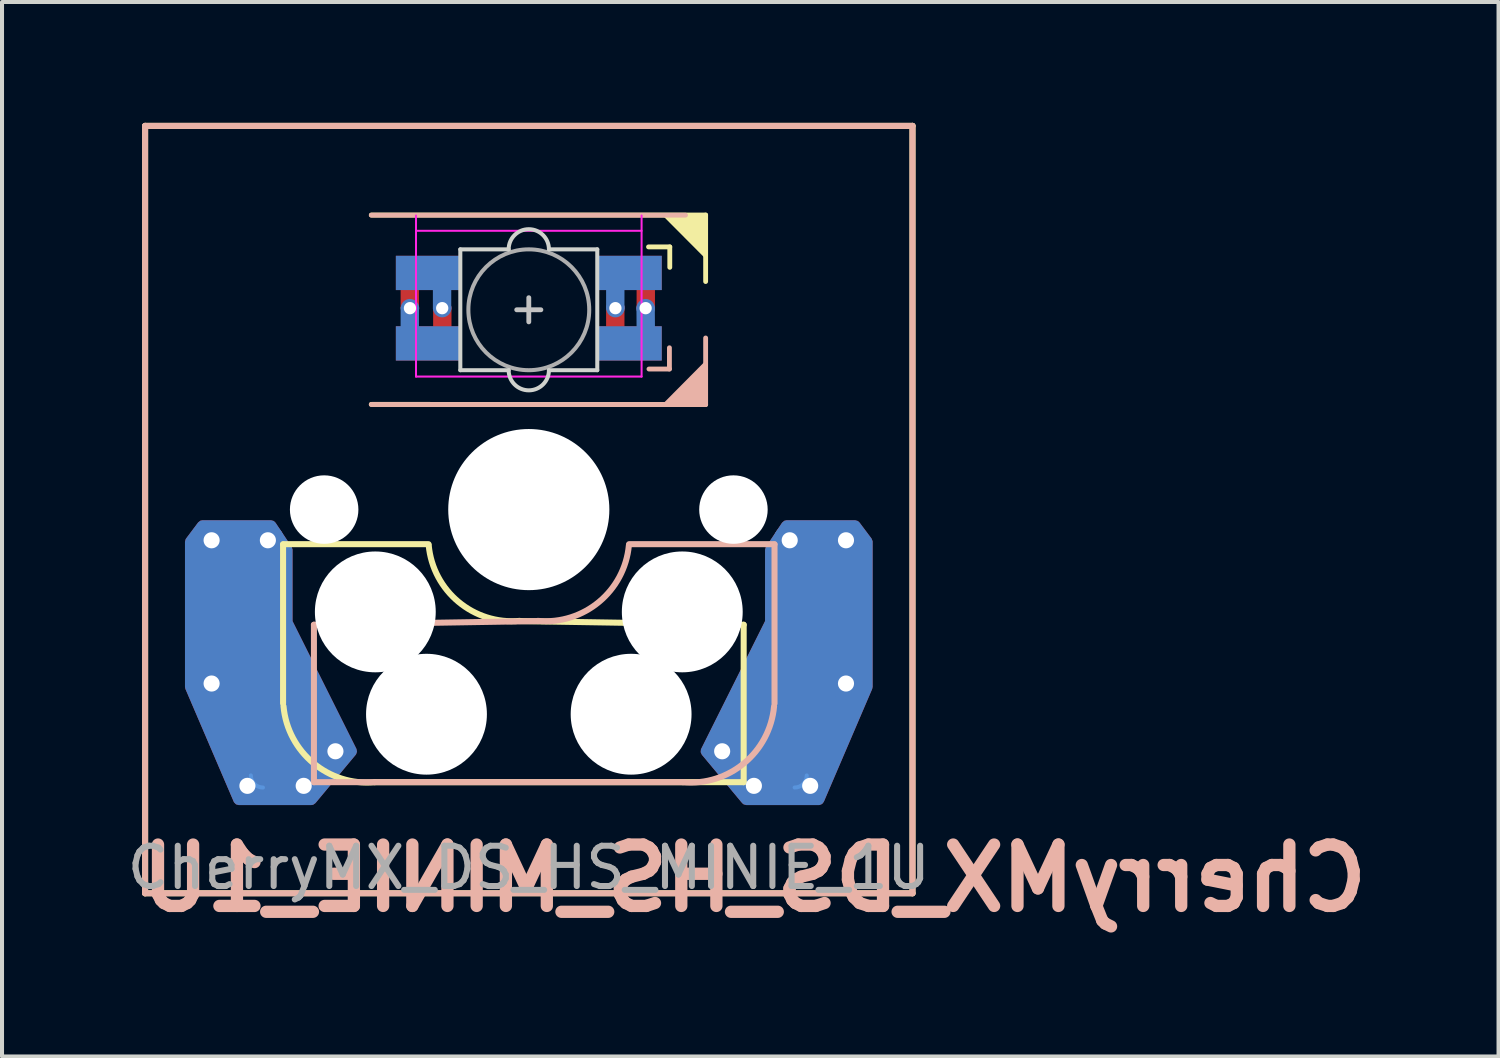
<source format=kicad_pcb>
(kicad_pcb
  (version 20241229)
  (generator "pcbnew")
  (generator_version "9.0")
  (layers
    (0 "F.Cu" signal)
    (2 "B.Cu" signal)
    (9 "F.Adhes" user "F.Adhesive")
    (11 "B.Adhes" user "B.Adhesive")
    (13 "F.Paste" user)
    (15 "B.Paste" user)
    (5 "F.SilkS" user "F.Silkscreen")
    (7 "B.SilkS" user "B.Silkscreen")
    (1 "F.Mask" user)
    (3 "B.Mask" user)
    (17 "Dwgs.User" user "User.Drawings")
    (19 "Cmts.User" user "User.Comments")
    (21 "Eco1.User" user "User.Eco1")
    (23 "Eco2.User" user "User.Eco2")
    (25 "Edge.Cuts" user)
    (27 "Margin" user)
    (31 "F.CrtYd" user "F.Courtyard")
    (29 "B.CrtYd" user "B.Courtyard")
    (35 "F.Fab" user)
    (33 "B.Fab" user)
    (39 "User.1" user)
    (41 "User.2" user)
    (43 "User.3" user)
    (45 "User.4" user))
  (footprint "CherryMX_DS_HS_MINIE_1U"
    (layer "F.Cu")
    (at 10.077 9.6)
    (property "Reference" "CherryMX_DS_HS_MINIE_1U" (at 5.6 9.15 0) (layer "B.SilkS") (effects (font (size 1.524 1.524) (thickness 0.305)) (justify mirror)))
    (attr through_hole)
    (fp_poly (pts (xy -3.25 -6.25) (xy -1.75 -6.25) (xy -1.75 -5.5) (xy -3.25 -5.5)) (stroke (width 0.1) (type solid)) (fill yes) (layer "F.Mask"))
    (fp_poly (pts (xy -3.25 -4.5) (xy -1.75 -4.5) (xy -1.75 -3.75) (xy -3.25 -3.75)) (stroke (width 0.1) (type solid)) (fill yes) (layer "F.Mask"))
    (fp_poly (pts (xy 1.75 -4.5) (xy 3.25 -4.5) (xy 3.25 -3.75) (xy 1.75 -3.75)) (stroke (width 0.1) (type solid)) (fill yes) (layer "F.Mask"))
    (fp_poly (pts (xy 1.75 -6.25) (xy 2.85 -6.25) (xy 3.25 -5.85) (xy 3.25 -5.5) (xy 1.75 -5.5)) (stroke (width 0.1) (type solid)) (fill yes) (layer "F.Mask"))
    (fp_poly (pts (xy -3.25 -6.25) (xy -1.75 -6.25) (xy -1.75 -5.5) (xy -3.25 -5.5)) (stroke (width 0.1) (type solid)) (fill yes) (layer "B.Mask"))
    (fp_poly (pts (xy -3.25 -4.5) (xy -1.75 -4.5) (xy -1.75 -3.75) (xy -3.25 -3.75)) (stroke (width 0.1) (type solid)) (fill yes) (layer "B.Mask"))
    (fp_poly (pts (xy 1.75 -6.25) (xy 3.25 -6.25) (xy 3.25 -5.5) (xy 1.75 -5.5)) (stroke (width 0.1) (type solid)) (fill yes) (layer "B.Mask"))
    (fp_poly (pts (xy 1.75 -4.5) (xy 3.25 -4.5) (xy 3.25 -4.175) (xy 2.85 -3.75) (xy 1.75 -3.75)) (stroke (width 0.1) (type solid)) (fill yes) (layer "B.Mask"))
    (fp_line (start -9.525 -9.525) (end 9.525 -9.525) (stroke (width 0.15) (type solid)) (layer "F.SilkS"))
    (fp_line (start -9.525 9.525) (end -9.525 -9.525) (stroke (width 0.15) (type solid)) (layer "F.SilkS"))
    (fp_line (start -6.1 0.859) (end -2.49 0.859) (stroke (width 0.15) (type solid)) (layer "F.SilkS"))
    (fp_line (start -6.1 4.813) (end -6.1 0.868) (stroke (width 0.15) (type solid)) (layer "F.SilkS"))
    (fp_line (start -3.91 -7.312) (end 4.39 -7.312) (stroke (width 0.12) (type solid)) (layer "F.SilkS"))
    (fp_line (start 3.5 -6.521) (end 2.972 -6.521) (stroke (width 0.12) (type solid)) (layer "F.SilkS"))
    (fp_line (start 3.5 -6.013) (end 3.5 -6.521) (stroke (width 0.12) (type solid)) (layer "F.SilkS"))
    (fp_line (start 4.39 -7.312) (end 4.39 -5.661) (stroke (width 0.12) (type solid)) (layer "F.SilkS"))
    (fp_line (start 4.39 -2.609) (end -3.91 -2.612) (stroke (width 0.12) (type solid)) (layer "F.SilkS"))
    (fp_line (start 5.334 2.859) (end -0.25 2.767) (stroke (width 0.15) (type solid)) (layer "F.SilkS"))
    (fp_line (start 5.334 2.859) (end 5.334 6.767) (stroke (width 0.15) (type solid)) (layer "F.SilkS"))
    (fp_line (start 5.334 6.767) (end -3.825 6.767) (stroke (width 0.15) (type solid)) (layer "F.SilkS"))
    (fp_line (start 9.525 -9.525) (end 9.525 9.525) (stroke (width 0.15) (type solid)) (layer "F.SilkS"))
    (fp_line (start 9.525 9.525) (end -9.525 9.525) (stroke (width 0.15) (type solid)) (layer "F.SilkS"))
    (fp_arc (start -3.825 6.767) (mid -5.347189 6.29389) (end -6.089 4.883) (stroke (width 0.15) (type solid)) (layer "F.SilkS"))
    (fp_arc (start -0.225 2.763) (mid -1.744361 2.291061) (end -2.485 0.883) (stroke (width 0.15) (type solid)) (layer "F.SilkS"))
    (fp_poly (pts (xy 3.382 -7.309) (xy 4.39 -7.312) (xy 4.39 -6.296)) (stroke (width 0.1) (type solid)) (fill yes) (layer "F.SilkS"))
    (fp_line (start -9.525 -9.525) (end -9.525 9.525) (stroke (width 0.15) (type solid)) (layer "B.SilkS"))
    (fp_line (start -9.525 9.525) (end 9.525 9.525) (stroke (width 0.15) (type solid)) (layer "B.SilkS"))
    (fp_line (start -5.334 2.859) (end -5.334 6.767) (stroke (width 0.15) (type solid)) (layer "B.SilkS"))
    (fp_line (start -5.334 2.859) (end 0.25 2.767) (stroke (width 0.15) (type solid)) (layer "B.SilkS"))
    (fp_line (start -5.334 6.767) (end 3.825 6.767) (stroke (width 0.15) (type solid)) (layer "B.SilkS"))
    (fp_line (start -3.91 -2.609) (end 4.39 -2.609) (stroke (width 0.12) (type solid)) (layer "B.SilkS"))
    (fp_line (start 2.983 -3.489) (end 3.491 -3.489) (stroke (width 0.12) (type solid)) (layer "B.SilkS"))
    (fp_line (start 3.491 -3.489) (end 3.491 -4.017) (stroke (width 0.12) (type solid)) (layer "B.SilkS"))
    (fp_line (start 3.89 -7.309) (end -3.91 -7.309) (stroke (width 0.12) (type solid)) (layer "B.SilkS"))
    (fp_line (start 4.39 -2.609) (end 4.39 -4.26) (stroke (width 0.12) (type solid)) (layer "B.SilkS"))
    (fp_line (start 6.1 0.859) (end 2.49 0.859) (stroke (width 0.15) (type solid)) (layer "B.SilkS"))
    (fp_line (start 6.1 4.813) (end 6.1 0.868) (stroke (width 0.15) (type solid)) (layer "B.SilkS"))
    (fp_line (start 9.525 -9.525) (end -9.525 -9.525) (stroke (width 0.15) (type solid)) (layer "B.SilkS"))
    (fp_line (start 9.525 9.525) (end 9.525 -9.525) (stroke (width 0.15) (type solid)) (layer "B.SilkS"))
    (fp_arc (start 2.485 0.883) (mid 1.744361 2.291061) (end 0.225 2.763) (stroke (width 0.15) (type solid)) (layer "B.SilkS"))
    (fp_arc (start 6.089 4.883) (mid 5.347189 6.29389) (end 3.825 6.767) (stroke (width 0.15) (type solid)) (layer "B.SilkS"))
    (fp_poly (pts (xy 4.39 -3.625) (xy 4.39 -2.609) (xy 3.382 -2.609)) (stroke (width 0.1) (type solid)) (fill yes) (layer "B.SilkS"))
    (fp_line (start -0.3 -4.96) (end 0.3 -4.96) (stroke (width 0.12) (type solid)) (layer "Dwgs.User"))
    (fp_line (start 0 -4.66) (end 0 -5.26) (stroke (width 0.12) (type solid)) (layer "Dwgs.User"))
    (fp_arc (start -6.6 6.9) (mid -6.812132 6.812132) (end -6.9 6.6) (stroke (width 0.1) (type solid)) (layer "Cmts.User"))
    (fp_arc (start 6.9 6.6) (mid 6.812132 6.812132) (end 6.6 6.9) (stroke (width 0.1) (type solid)) (layer "Cmts.User"))
    (fp_arc (start -6.65 6.95) (mid -6.862132 6.862132) (end -6.95 6.65) (stroke (width 0.1) (type solid)) (layer "Eco1.User"))
    (fp_arc (start 6.95 6.65) (mid 6.862132 6.862132) (end 6.65 6.95) (stroke (width 0.1) (type solid)) (layer "Eco1.User"))
    (fp_line (start -1.7 -6.46) (end -1.7 -3.46) (stroke (width 0.1) (type solid)) (layer "Edge.Cuts"))
    (fp_line (start -0.5 -6.46) (end -1.7 -6.46) (stroke (width 0.1) (type solid)) (layer "Edge.Cuts"))
    (fp_line (start -0.5 -3.46) (end -1.7 -3.46) (stroke (width 0.1) (type solid)) (layer "Edge.Cuts"))
    (fp_line (start 0.5 -3.46) (end 1.7 -3.46) (stroke (width 0.1) (type solid)) (layer "Edge.Cuts"))
    (fp_line (start 1.7 -6.46) (end 0.5 -6.46) (stroke (width 0.1) (type solid)) (layer "Edge.Cuts"))
    (fp_line (start 1.7 -3.46) (end 1.7 -6.46) (stroke (width 0.1) (type solid)) (layer "Edge.Cuts"))
    (fp_arc (start -0.5 -6.46) (mid 0 -6.96) (end 0.5 -6.46) (stroke (width 0.1) (type solid)) (layer "Edge.Cuts"))
    (fp_arc (start 0.5 -3.46) (mid 0 -2.96) (end -0.5 -3.46) (stroke (width 0.1) (type solid)) (layer "Edge.Cuts"))
    (fp_line (start -2.8 -7.3) (end -2.8 -3.3) (stroke (width 0.05) (type solid)) (layer "F.CrtYd"))
    (fp_line (start 2.8 -6.92) (end -2.8 -6.92) (stroke (width 0.05) (type solid)) (layer "F.CrtYd"))
    (fp_line (start 2.8 -3.302) (end -2.8 -3.302) (stroke (width 0.05) (type solid)) (layer "F.CrtYd"))
    (fp_line (start 2.8 -3.3) (end 2.8 -7.3) (stroke (width 0.05) (type solid)) (layer "F.CrtYd"))
    (fp_circle (center 0 -4.96) (end 0 -6.46) (stroke (width 0.1) (type solid)) (fill no) (layer "F.Fab"))
    (fp_text user "${REFERENCE}" (at 0 8.89 180) (layer "F.Fab") (effects (font (size 1 1) (thickness 0.15))))
    (pad "" np_thru_hole circle (at -5.08 0 180) (size 1.7 1.7) (drill 1.7) (layers "*.Cu" "*.Mask"))
    (pad "" np_thru_hole circle (at -3.81 2.54 180) (size 3 3) (drill 3) (layers "*.Cu" "*.Mask"))
    (pad "" np_thru_hole circle (at -2.54 5.08 180) (size 3 3) (drill 3) (layers "*.Cu" "*.Mask"))
    (pad "" np_thru_hole circle (at 0 0) (size 4 4) (drill 4) (layers "*.Cu" "*.Mask"))
    (pad "" np_thru_hole circle (at 2.54 5.08 180) (size 3 3) (drill 3) (layers "*.Cu" "*.Mask"))
    (pad "" np_thru_hole circle (at 3.81 2.54 180) (size 3 3) (drill 3) (layers "*.Cu" "*.Mask"))
    (pad "" np_thru_hole circle (at 5.08 0 180) (size 1.7 1.7) (drill 1.7) (layers "*.Cu" "*.Mask"))
    (pad "1" smd custom (at -2.5 -5.875) (size 1.6 0.85) (layers "B.Cu") (options (anchor rect)) (primitives (gr_poly (pts (xy 0.525 0.896) (xy 0.169 0.896) (xy 0.169 0.325) (xy 0.525 0.325)) (width 0.1) (fill yes))))
    (pad "1" smd custom (at -2.5 -4.125) (size 1.6 0.85) (layers "F.Cu") (options (anchor rect)) (primitives (gr_poly (pts (xy 0.531 -0.275) (xy 0.175 -0.275) (xy 0.175 -0.898) (xy 0.531 -0.898)) (width 0.1) (fill yes))))
    (pad "1" thru_hole circle (at -2.15 -5 180) (size 0.457 0.457) (drill 0.305) (layers "*.Cu"))
    (pad "2" thru_hole circle (at -2.95 -5 180) (size 0.457 0.457) (drill 0.305) (layers "*.Cu"))
    (pad "2" smd custom (at -2.5 -5.875 180) (size 1.6 0.85) (layers "F.Cu") (options (anchor rect)) (primitives (gr_poly (pts (xy 0.632 -0.296) (xy 0.277 -0.296) (xy 0.277 -0.869) (xy 0.632 -0.869)) (width 0.1) (fill yes))))
    (pad "2" smd custom (at -2.5 -4.125 180) (size 1.6 0.85) (layers "B.Cu") (options (anchor rect)) (primitives (gr_poly (pts (xy 0.632 0.888) (xy 0.277 0.888) (xy 0.277 0.325) (xy 0.632 0.325)) (width 0.1) (fill yes))))
    (pad "3" smd custom (at 2.5 -5.875 180) (size 1.6 0.85) (layers "F.Cu") (options (anchor rect)) (primitives (gr_poly (pts (xy -0.226 -0.354) (xy -0.582 -0.354) (xy -0.582 -0.887) (xy -0.226 -0.887)) (width 0.1) (fill yes))))
    (pad "3" smd custom (at 2.5 -4.125 180) (size 1.6 0.85) (layers "B.Cu") (options (anchor rect)) (primitives (gr_poly (pts (xy -0.222 0.888) (xy -0.578 0.888) (xy -0.582 0.325) (xy -0.226 0.325)) (width 0.1) (fill yes))))
    (pad "3" thru_hole circle (at 2.9 -5 180) (size 0.457 0.457) (drill 0.305) (layers "*.Cu"))
    (pad "4" thru_hole circle (at 2.15 -5 180) (size 0.457 0.457) (drill 0.305) (layers "*.Cu"))
    (pad "4" smd custom (at 2.5 -5.875) (size 1.6 0.85) (layers "B.Cu") (options (anchor rect)) (primitives (gr_poly (pts (xy -0.175 0.886) (xy -0.531 0.886) (xy -0.531 0.175) (xy -0.175 0.175)) (width 0.1) (fill yes))))
    (pad "4" smd custom (at 2.5 -4.125) (size 1.6 0.85) (layers "F.Cu") (options (anchor rect)) (primitives (gr_poly (pts (xy -0.175 -0.175) (xy -0.531 -0.178) (xy -0.531 -0.903) (xy -0.175 -0.906)) (width 0.1) (fill yes))))
    (pad "5" thru_hole circle (at 4.8 6 180) (size 0.8 0.8) (drill 0.4) (layers "*.Cu"))
    (pad "5" thru_hole circle (at 5.588 6.858 180) (size 0.8 0.8) (drill 0.4) (layers "*.Cu"))
    (pad "5" smd rect (at 6.399 5.067) (size 2.15 2.5) (layers "F.Cu" "F.Mask"))
    (pad "5" thru_hole circle (at 6.477 0.762 180) (size 0.8 0.8) (drill 0.4) (layers "*.Cu"))
    (pad "5" smd custom (at 6.499 5.067) (size 2.15 2.5) (layers "F.Cu") (options (anchor rect)) (primitives (gr_poly (pts (xy 1.901 -4.267) (xy 1.901 -0.667) (xy 0.701 2.133) (xy -1.099 2.133) (xy -2.099 0.933) (xy -0.499 -2.267) (xy -0.499 -4.067) (xy -0.099 -4.667) (xy 1.601 -4.667)) (width 0.27) (fill yes))))
    (pad "5" thru_hole circle (at 6.985 6.858 180) (size 0.8 0.8) (drill 0.4) (layers "*.Cu"))
    (pad "5" smd rect (at 7.2 2.54) (size 2.35 2.5) (layers "B.Cu" "B.Mask"))
    (pad "5" smd custom (at 7.285 2.54) (size 2.35 2.5) (layers "B.Cu") (options (anchor rect)) (primitives (gr_poly (pts (xy 1.115 -1.74) (xy 1.115 1.86) (xy -0.085 4.66) (xy -1.885 4.66) (xy -2.885 3.46) (xy -1.285 0.26) (xy -1.285 -1.54) (xy -0.885 -2.14) (xy 0.815 -2.14)) (width 0.27) (fill yes))))
    (pad "5" thru_hole circle (at 7.874 0.762 180) (size 0.8 0.8) (drill 0.4) (layers "*.Cu"))
    (pad "5" thru_hole circle (at 7.874 4.318 180) (size 0.8 0.8) (drill 0.4) (layers "*.Cu"))
    (pad "6" thru_hole circle (at -7.874 0.762 180) (size 0.8 0.8) (drill 0.4) (layers "*.Cu"))
    (pad "6" thru_hole circle (at -7.874 4.318 180) (size 0.8 0.8) (drill 0.4) (layers "*.Cu"))
    (pad "6" smd rect (at -7.212 2.54 180) (size 2.35 2.5) (layers "F.Cu" "F.Mask"))
    (pad "6" smd custom (at -7.212 2.54) (size 2.35 2.5) (layers "F.Cu") (options (anchor rect)) (primitives (gr_poly (pts (xy 1.212 -1.54) (xy 1.212 0.26) (xy 2.812 3.46) (xy 1.812 4.66) (xy 0.012 4.66) (xy -1.188 1.86) (xy -1.188 -1.74) (xy -0.888 -2.14) (xy 0.812 -2.14)) (width 0.27) (fill yes))))
    (pad "6" thru_hole circle (at -6.985 6.858 180) (size 0.8 0.8) (drill 0.4) (layers "*.Cu"))
    (pad "6" thru_hole circle (at -6.477 0.762 180) (size 0.8 0.8) (drill 0.4) (layers "*.Cu"))
    (pad "6" smd rect (at -6.425 5.067 180) (size 2.15 2.5) (layers "B.Cu" "B.Mask"))
    (pad "6" smd custom (at -6.425 5.067) (size 2.15 2.5) (layers "B.Cu") (options (anchor rect)) (primitives (gr_poly (pts (xy 0.425 -4.067) (xy 0.425 -2.267) (xy 2.025 0.933) (xy 1.025 2.133) (xy -0.775 2.133) (xy -1.975 -0.667) (xy -1.975 -4.267) (xy -1.675 -4.667) (xy 0.025 -4.667)) (width 0.27) (fill yes))))
    (pad "6" thru_hole circle (at -5.588 6.858 180) (size 0.8 0.8) (drill 0.4) (layers "*.Cu"))
    (pad "6" thru_hole circle (at -4.8 6 180) (size 0.8 0.8) (drill 0.4) (layers "*.Cu")))
  (gr_rect
    (start -3 -3)
    (end 34.15 23.176)
    (stroke (width 0.1) (type default))
    (fill no)
    (layer "Edge.Cuts")))
</source>
